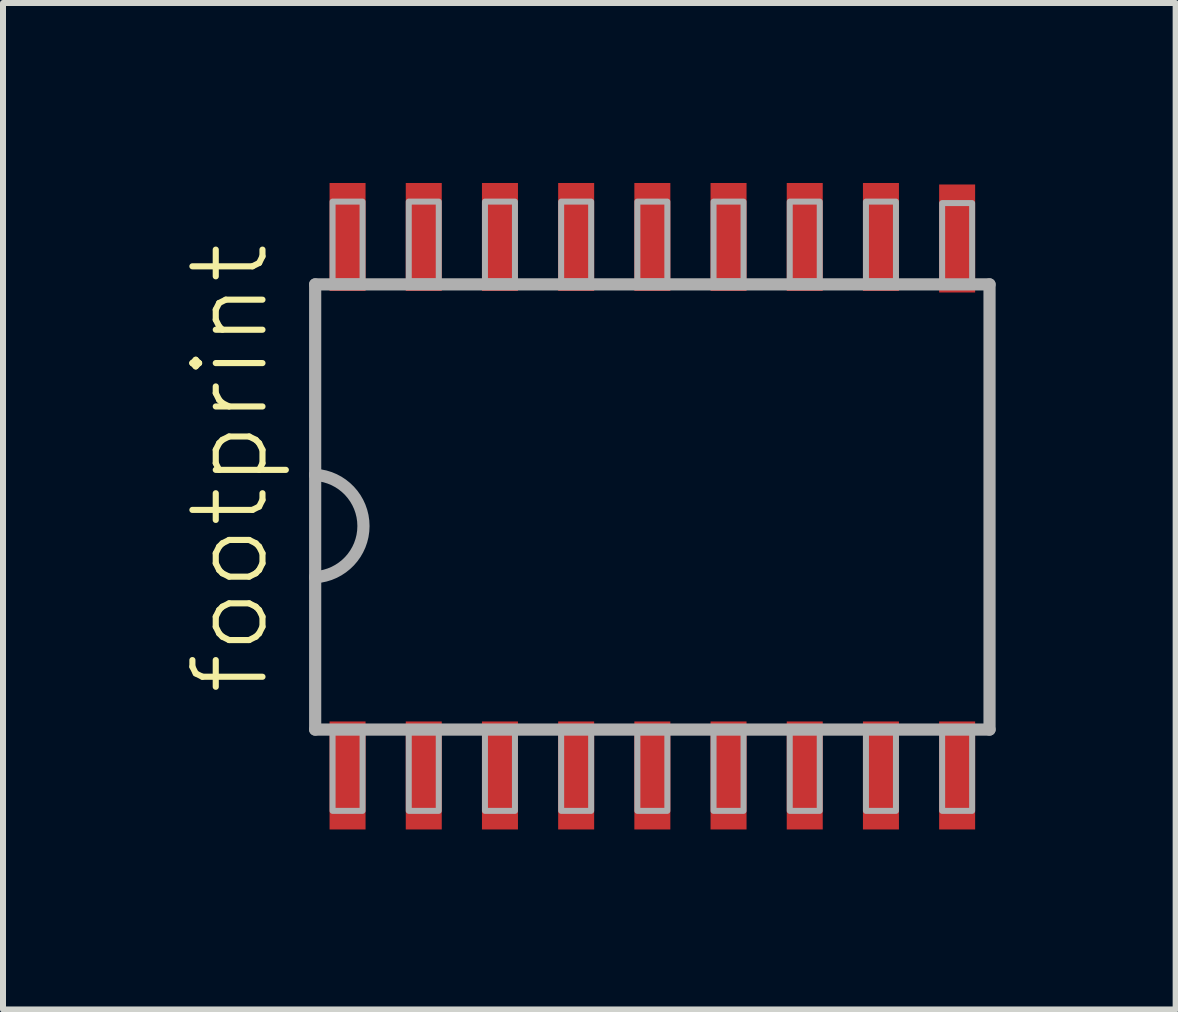
<source format=kicad_pcb>
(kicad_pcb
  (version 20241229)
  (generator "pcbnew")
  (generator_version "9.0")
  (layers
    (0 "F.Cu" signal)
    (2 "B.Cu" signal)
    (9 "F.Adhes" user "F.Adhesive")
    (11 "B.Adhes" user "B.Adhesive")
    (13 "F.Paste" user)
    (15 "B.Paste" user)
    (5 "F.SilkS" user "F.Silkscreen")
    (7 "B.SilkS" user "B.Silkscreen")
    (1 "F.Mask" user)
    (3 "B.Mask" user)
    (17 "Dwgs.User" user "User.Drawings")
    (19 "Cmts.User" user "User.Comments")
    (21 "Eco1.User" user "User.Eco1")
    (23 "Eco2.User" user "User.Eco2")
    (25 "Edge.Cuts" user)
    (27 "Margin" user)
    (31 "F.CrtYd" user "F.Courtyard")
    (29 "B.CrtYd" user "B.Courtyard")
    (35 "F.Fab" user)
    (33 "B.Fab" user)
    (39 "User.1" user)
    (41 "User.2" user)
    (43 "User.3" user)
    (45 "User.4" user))
  (footprint "footprint"
    (layer "F.Cu")
    (at 7.823 5.4)
    (property "Reference" "footprint" (at -6.35 3.175 90) (layer "F.SilkS") (effects (font (size 1.168 1.168) (thickness 0.102)) (justify left bottom)))
    (fp_line (start -5.62 -3.71) (end 5.62 -3.71) (stroke (width 0.203) (type solid)) (layer "F.Fab"))
    (fp_line (start -5.62 -0.535) (end -5.62 -3.71) (stroke (width 0.203) (type solid)) (layer "F.Fab"))
    (fp_line (start -5.62 1.17) (end -5.62 -0.535) (stroke (width 0.203) (type solid)) (layer "F.Fab"))
    (fp_line (start -5.62 3.71) (end -5.62 1.17) (stroke (width 0.203) (type solid)) (layer "F.Fab"))
    (fp_line (start 5.62 -3.71) (end 5.62 3.71) (stroke (width 0.203) (type solid)) (layer "F.Fab"))
    (fp_line (start 5.62 3.71) (end -5.62 3.71) (stroke (width 0.203) (type solid)) (layer "F.Fab"))
    (fp_arc (start -5.62 -0.535) (mid -4.81481 0.3175) (end -5.62 1.17) (stroke (width 0.2032) (type solid)) (layer "F.Fab"))
    (fp_poly (pts (xy -5.33 -3.76) (xy -4.83 -3.76) (xy -4.83 -5.09) (xy -5.33 -5.09)) (stroke (width 0.1) (type solid)) (fill no) (layer "F.Fab"))
    (fp_poly (pts (xy -5.33 5.065) (xy -4.83 5.065) (xy -4.83 3.735) (xy -5.33 3.735)) (stroke (width 0.1) (type solid)) (fill no) (layer "F.Fab"))
    (fp_poly (pts (xy -4.06 -3.76) (xy -3.56 -3.76) (xy -3.56 -5.09) (xy -4.06 -5.09)) (stroke (width 0.1) (type solid)) (fill no) (layer "F.Fab"))
    (fp_poly (pts (xy -4.06 5.065) (xy -3.56 5.065) (xy -3.56 3.735) (xy -4.06 3.735)) (stroke (width 0.1) (type solid)) (fill no) (layer "F.Fab"))
    (fp_poly (pts (xy -2.79 -3.76) (xy -2.29 -3.76) (xy -2.29 -5.09) (xy -2.79 -5.09)) (stroke (width 0.1) (type solid)) (fill no) (layer "F.Fab"))
    (fp_poly (pts (xy -2.79 5.065) (xy -2.29 5.065) (xy -2.29 3.735) (xy -2.79 3.735)) (stroke (width 0.1) (type solid)) (fill no) (layer "F.Fab"))
    (fp_poly (pts (xy -1.52 -3.76) (xy -1.02 -3.76) (xy -1.02 -5.09) (xy -1.52 -5.09)) (stroke (width 0.1) (type solid)) (fill no) (layer "F.Fab"))
    (fp_poly (pts (xy -1.52 5.065) (xy -1.02 5.065) (xy -1.02 3.735) (xy -1.52 3.735)) (stroke (width 0.1) (type solid)) (fill no) (layer "F.Fab"))
    (fp_poly (pts (xy -0.25 -3.76) (xy 0.25 -3.76) (xy 0.25 -5.09) (xy -0.25 -5.09)) (stroke (width 0.1) (type solid)) (fill no) (layer "F.Fab"))
    (fp_poly (pts (xy -0.25 5.065) (xy 0.25 5.065) (xy 0.25 3.735) (xy -0.25 3.735)) (stroke (width 0.1) (type solid)) (fill no) (layer "F.Fab"))
    (fp_poly (pts (xy 1.02 -3.76) (xy 1.52 -3.76) (xy 1.52 -5.09) (xy 1.02 -5.09)) (stroke (width 0.1) (type solid)) (fill no) (layer "F.Fab"))
    (fp_poly (pts (xy 1.02 5.065) (xy 1.52 5.065) (xy 1.52 3.735) (xy 1.02 3.735)) (stroke (width 0.1) (type solid)) (fill no) (layer "F.Fab"))
    (fp_poly (pts (xy 2.29 -3.76) (xy 2.79 -3.76) (xy 2.79 -5.09) (xy 2.29 -5.09)) (stroke (width 0.1) (type solid)) (fill no) (layer "F.Fab"))
    (fp_poly (pts (xy 2.29 5.065) (xy 2.79 5.065) (xy 2.79 3.735) (xy 2.29 3.735)) (stroke (width 0.1) (type solid)) (fill no) (layer "F.Fab"))
    (fp_poly (pts (xy 3.56 -3.76) (xy 4.06 -3.76) (xy 4.06 -5.09) (xy 3.56 -5.09)) (stroke (width 0.1) (type solid)) (fill no) (layer "F.Fab"))
    (fp_poly (pts (xy 3.56 5.065) (xy 4.06 5.065) (xy 4.06 3.735) (xy 3.56 3.735)) (stroke (width 0.1) (type solid)) (fill no) (layer "F.Fab"))
    (fp_poly (pts (xy 4.83 5.065) (xy 5.33 5.065) (xy 5.33 3.735) (xy 4.83 3.735)) (stroke (width 0.1) (type solid)) (fill no) (layer "F.Fab"))
    (fp_poly (pts (xy 5.33 -5.065) (xy 4.83 -5.065) (xy 4.83 -3.735) (xy 5.33 -3.735)) (stroke (width 0.1) (type solid)) (fill no) (layer "F.Fab"))
    (pad "1" smd rect (at -5.08 4.475) (size 0.6 1.8) (layers "F.Cu" "F.Mask" "F.Paste"))
    (pad "2" smd rect (at -3.81 4.475) (size 0.6 1.8) (layers "F.Cu" "F.Mask" "F.Paste"))
    (pad "3" smd rect (at -2.54 4.475) (size 0.6 1.8) (layers "F.Cu" "F.Mask" "F.Paste"))
    (pad "4" smd rect (at -1.27 4.475) (size 0.6 1.8) (layers "F.Cu" "F.Mask" "F.Paste"))
    (pad "5" smd rect (at 0 4.475) (size 0.6 1.8) (layers "F.Cu" "F.Mask" "F.Paste"))
    (pad "6" smd rect (at 1.27 4.475) (size 0.6 1.8) (layers "F.Cu" "F.Mask" "F.Paste"))
    (pad "7" smd rect (at 2.54 4.475) (size 0.6 1.8) (layers "F.Cu" "F.Mask" "F.Paste"))
    (pad "8" smd rect (at 3.81 4.475) (size 0.6 1.8) (layers "F.Cu" "F.Mask" "F.Paste"))
    (pad "9" smd rect (at 5.08 4.475) (size 0.6 1.8) (layers "F.Cu" "F.Mask" "F.Paste"))
    (pad "10" smd rect (at 5.08 -4.475 180) (size 0.6 1.8) (layers "F.Cu" "F.Mask" "F.Paste"))
    (pad "11" smd rect (at 3.81 -4.5) (size 0.6 1.8) (layers "F.Cu" "F.Mask" "F.Paste"))
    (pad "12" smd rect (at 2.54 -4.5) (size 0.6 1.8) (layers "F.Cu" "F.Mask" "F.Paste"))
    (pad "13" smd rect (at 1.27 -4.5) (size 0.6 1.8) (layers "F.Cu" "F.Mask" "F.Paste"))
    (pad "14" smd rect (at 0 -4.5) (size 0.6 1.8) (layers "F.Cu" "F.Mask" "F.Paste"))
    (pad "15" smd rect (at -1.27 -4.5) (size 0.6 1.8) (layers "F.Cu" "F.Mask" "F.Paste"))
    (pad "16" smd rect (at -2.54 -4.5) (size 0.6 1.8) (layers "F.Cu" "F.Mask" "F.Paste"))
    (pad "17" smd rect (at -3.81 -4.5) (size 0.6 1.8) (layers "F.Cu" "F.Mask" "F.Paste"))
    (pad "18" smd rect (at -5.08 -4.5) (size 0.6 1.8) (layers "F.Cu" "F.Mask" "F.Paste")))
  (gr_rect
    (start -3 -3)
    (end 16.545 13.775)
    (stroke (width 0.1) (type default))
    (fill no)
    (layer "Edge.Cuts")))
</source>
